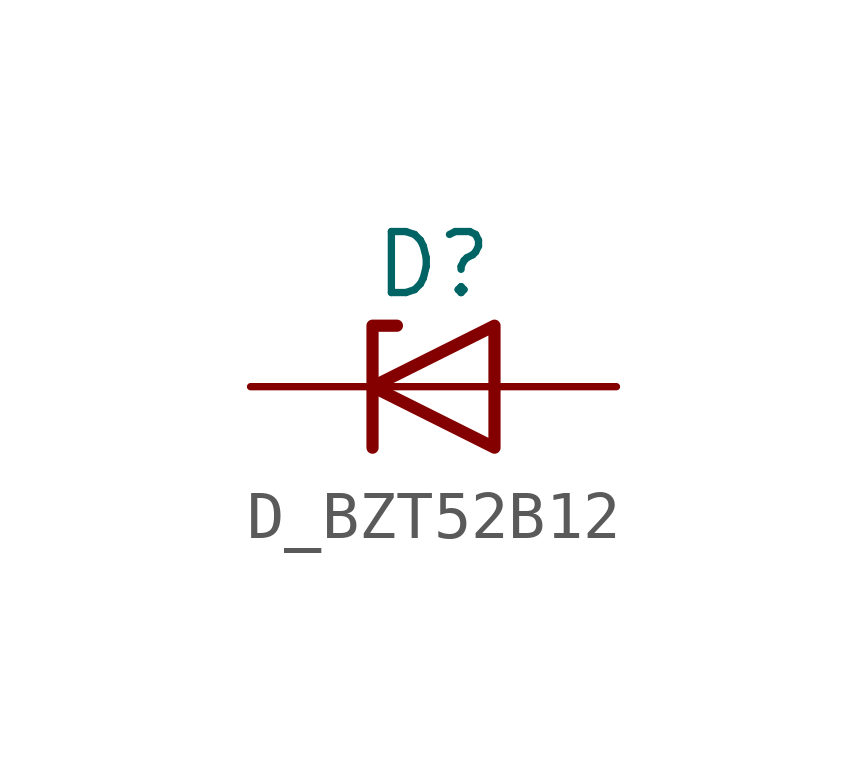
<source format=kicad_sym>
(kicad_symbol_lib
  (version 20220914)
  (generator kicad_symbol_editor)
  (symbol "D_BZT52B12"
    (pin_numbers hide)
    (pin_names
      (offset 1.016) hide)
    (property "Reference" "D"
      (at 0 2.54 0)
      (effects (font (size 1.27 1.27))))
    (symbol "D_BZT52B12_0_1"
      (polyline (pts (xy 1.27 0) (xy -1.27 0)) (stroke (width 0) (type default)) (fill (type none)))
      (polyline (pts (xy -1.27 -1.27) (xy -1.27 1.27) (xy -0.762 1.27)) (stroke (width 0.254) (type default)) (fill (type none)))
      (polyline (pts (xy 1.27 -1.27) (xy 1.27 1.27) (xy -1.27 0) (xy 1.27 -1.27)) (stroke (width 0.254) (type default)) (fill (type none))))
    (symbol "D_BZT52B12_1_1"
      (pin passive line (at -3.81 0 0) (length 2.54) (name "K" (effects (font (size 1.27 1.27)))) (number "1" (effects (font (size 1.27 1.27)))))
      (pin passive line (at 3.81 0 180) (length 2.54) (name "A" (effects (font (size 1.27 1.27)))) (number "2" (effects (font (size 1.27 1.27))))))))
</source>
